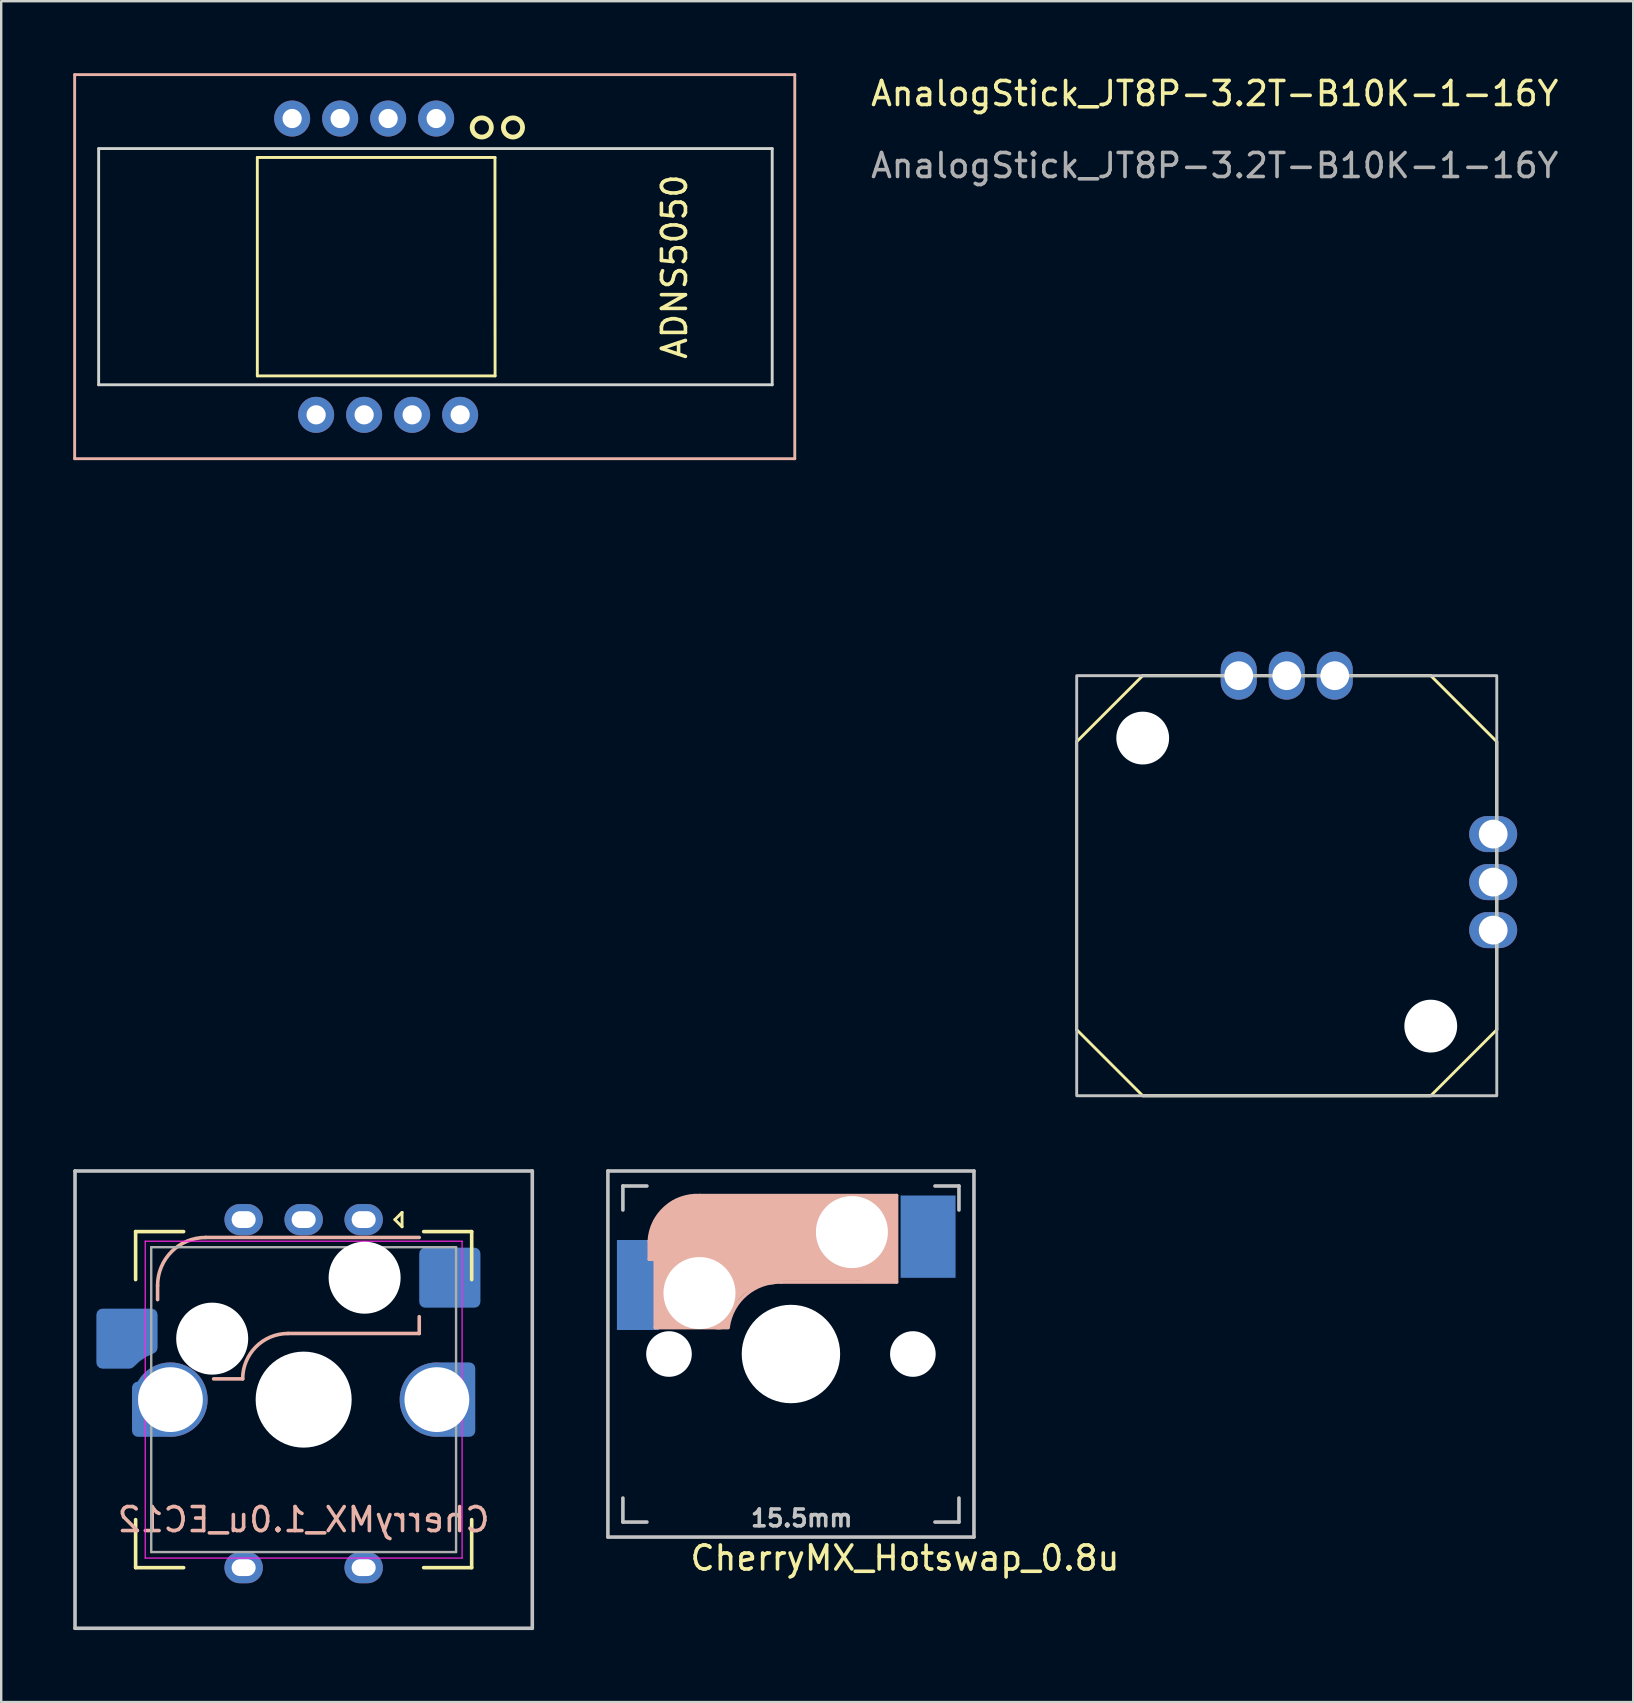
<source format=kicad_pcb>
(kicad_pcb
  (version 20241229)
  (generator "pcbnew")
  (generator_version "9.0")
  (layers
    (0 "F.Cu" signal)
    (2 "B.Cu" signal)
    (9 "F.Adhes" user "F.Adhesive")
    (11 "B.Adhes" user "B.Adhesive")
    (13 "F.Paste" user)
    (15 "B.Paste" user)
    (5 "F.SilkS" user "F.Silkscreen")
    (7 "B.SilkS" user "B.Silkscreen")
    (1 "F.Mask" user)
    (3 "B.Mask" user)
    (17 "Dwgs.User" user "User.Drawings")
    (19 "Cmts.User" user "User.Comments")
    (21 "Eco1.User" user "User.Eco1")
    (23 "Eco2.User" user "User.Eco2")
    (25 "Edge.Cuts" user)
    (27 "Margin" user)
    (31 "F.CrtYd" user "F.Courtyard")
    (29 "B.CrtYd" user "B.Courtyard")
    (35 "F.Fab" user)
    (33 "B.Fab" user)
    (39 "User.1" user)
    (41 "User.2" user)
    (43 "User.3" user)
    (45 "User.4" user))
  (footprint "CherryMX_Hotswap_0.8u"
    (layer "F.Cu")
    (at 29.9 53.358)
    (property "Reference" "CherryMX_Hotswap_0.8u" (at 4.75 8.5 0) (layer "F.SilkS") (effects (font (size 1 1) (thickness 0.15))))
    (attr through_hole)
    (fp_line (start -5.9 -4.7) (end -5.9 -3.95) (stroke (width 0.15) (type solid)) (layer "B.SilkS"))
    (fp_line (start -5.9 -3.95) (end -5.7 -3.95) (stroke (width 0.15) (type solid)) (layer "B.SilkS"))
    (fp_line (start -5.8 -4.05) (end -5.8 -4.7) (stroke (width 0.3) (type solid)) (layer "B.SilkS"))
    (fp_line (start -5.65 -5.55) (end -5.65 -1.1) (stroke (width 0.15) (type solid)) (layer "B.SilkS"))
    (fp_line (start -5.65 -1.1) (end -2.62 -1.1) (stroke (width 0.15) (type solid)) (layer "B.SilkS"))
    (fp_line (start -5.45 -1.3) (end -3 -1.3) (stroke (width 0.5) (type solid)) (layer "B.SilkS"))
    (fp_line (start -5.3 -1.6) (end -5.3 -3.4) (stroke (width 0.8) (type solid)) (layer "B.SilkS"))
    (fp_line (start -4.17 -5.1) (end -4.17 -2.86) (stroke (width 3) (type solid)) (layer "B.SilkS"))
    (fp_line (start -0.4 -3) (end 4.4 -3) (stroke (width 0.15) (type solid)) (layer "B.SilkS"))
    (fp_line (start 2.6 -4.8) (end -4.1 -4.8) (stroke (width 3.5) (type solid)) (layer "B.SilkS"))
    (fp_line (start 3.9 -6) (end 3.9 -3.5) (stroke (width 1) (type solid)) (layer "B.SilkS"))
    (fp_line (start 4.2 -3.25) (end 2.9 -3.3) (stroke (width 0.5) (type solid)) (layer "B.SilkS"))
    (fp_line (start 4.25 -6.4) (end 3 -6.4) (stroke (width 0.4) (type solid)) (layer "B.SilkS"))
    (fp_line (start 4.38 -4) (end 4.38 -6.25) (stroke (width 0.15) (type solid)) (layer "B.SilkS"))
    (fp_line (start 4.4 -6.6) (end -3.8 -6.6) (stroke (width 0.15) (type solid)) (layer "B.SilkS"))
    (fp_line (start 4.4 -3) (end 4.4 -6.6) (stroke (width 0.15) (type solid)) (layer "B.SilkS"))
    (fp_arc (start -5.9 -4.699999) (mid -5.243504 -6.084924) (end -3.800001 -6.6) (stroke (width 0.15) (type solid)) (layer "B.SilkS"))
    (fp_arc (start -3.016318 -1.521471) (mid -2.268709 -2.886118) (end -0.8 -3.4) (stroke (width 1) (type solid)) (layer "B.SilkS"))
    (fp_arc (start -2.616318 -1.121471) (mid -1.868709 -2.486118) (end -0.4 -3) (stroke (width 0.15) (type solid)) (layer "B.SilkS"))
    (fp_line (start -7.625 -7.625) (end 7.625 -7.625) (stroke (width 0.15) (type solid)) (layer "Dwgs.User"))
    (fp_line (start -7.625 7.625) (end -7.625 -7.625) (stroke (width 0.15) (type solid)) (layer "Dwgs.User"))
    (fp_line (start -7.625 7.625) (end 7.625 7.625) (stroke (width 0.15) (type solid)) (layer "Dwgs.User"))
    (fp_line (start -7 -7) (end -6 -7) (stroke (width 0.15) (type solid)) (layer "Dwgs.User"))
    (fp_line (start -7 -6) (end -7 -7) (stroke (width 0.15) (type solid)) (layer "Dwgs.User"))
    (fp_line (start -7 6) (end -7 7) (stroke (width 0.15) (type solid)) (layer "Dwgs.User"))
    (fp_line (start -7 7) (end -6 7) (stroke (width 0.15) (type solid)) (layer "Dwgs.User"))
    (fp_line (start 6 7) (end 7 7) (stroke (width 0.15) (type solid)) (layer "Dwgs.User"))
    (fp_line (start 7 -7) (end 6 -7) (stroke (width 0.15) (type solid)) (layer "Dwgs.User"))
    (fp_line (start 7 -7) (end 7 -6) (stroke (width 0.15) (type solid)) (layer "Dwgs.User"))
    (fp_line (start 7 7) (end 7 6) (stroke (width 0.15) (type solid)) (layer "Dwgs.User"))
    (fp_line (start 7.625 7.625) (end 7.625 -7.625) (stroke (width 0.15) (type solid)) (layer "Dwgs.User"))
    (fp_text user "15.5mm" (at -1.75 7.25 0) (unlocked yes) (layer "Dwgs.User") (effects (font (size 0.7 0.7) (thickness 0.15)) (justify left bottom)))
    (pad "" np_thru_hole circle (at -5.08 0) (size 1.9 1.9) (drill 1.9) (layers "*.Cu" "*.Mask"))
    (pad "" np_thru_hole circle (at -3.81 -2.54) (size 3 3) (drill 3) (layers "*.Cu" "*.Mask"))
    (pad "" np_thru_hole circle (at 0 0 90) (size 4.1 4.1) (drill 4.1) (layers "*.Cu" "*.Mask"))
    (pad "" np_thru_hole circle (at 2.54 -5.08) (size 3 3) (drill 3) (layers "*.Cu" "*.Mask"))
    (pad "" np_thru_hole circle (at 5.08 0) (size 1.9 1.9) (drill 1.9) (layers "*.Cu" "*.Mask"))
    (pad "1" smd rect (at -6.375 -2.875 180) (size 1.75 3.75) (layers "B.Cu" "B.Mask" "B.Paste"))
    (pad "2" smd rect (at 5.713 -4.889 180) (size 2.291 3.429) (layers "B.Cu" "B.Mask" "B.Paste")))
  (footprint "AnalogStick_JT8P-3.2T-B10K-1-16Y"
    (layer "F.Cu")
    (at 41.805 25.098)
    (property "Reference" "AnalogStick_JT8P-3.2T-B10K-1-16Y" (at 5.75 -24.25 0) (unlocked yes) (layer "F.SilkS") (effects (font (size 1 1) (thickness 0.15))))
    (attr smd)
    (fp_line (start 0 2.75) (end 2.75 0) (stroke (width 0.12) (type default)) (layer "F.SilkS"))
    (fp_line (start 0 14.75) (end 0 2.75) (stroke (width 0.12) (type default)) (layer "F.SilkS"))
    (fp_line (start 2.75 0) (end 14.75 0) (stroke (width 0.12) (type default)) (layer "F.SilkS"))
    (fp_line (start 2.75 0) (end 14.75 0) (stroke (width 0.12) (type default)) (layer "F.SilkS"))
    (fp_line (start 2.75 17.5) (end 0 14.75) (stroke (width 0.12) (type default)) (layer "F.SilkS"))
    (fp_line (start 2.75 17.5) (end 14.75 17.5) (stroke (width 0.12) (type default)) (layer "F.SilkS"))
    (fp_line (start 14.75 0) (end 17.5 2.75) (stroke (width 0.12) (type default)) (layer "F.SilkS"))
    (fp_line (start 14.75 17.5) (end 2.75 17.5) (stroke (width 0.12) (type default)) (layer "F.SilkS"))
    (fp_line (start 17.5 2.75) (end 17.5 14.75) (stroke (width 0.12) (type default)) (layer "F.SilkS"))
    (fp_line (start 17.5 14.75) (end 14.75 17.5) (stroke (width 0.12) (type default)) (layer "F.SilkS"))
    (fp_line (start 17.5 14.75) (end 17.5 2.75) (stroke (width 0.12) (type default)) (layer "F.SilkS"))
    (fp_rect (start 0 0) (end 17.5 17.5) (stroke (width 0.12) (type default)) (fill no) (layer "Dwgs.User"))
    (fp_text user "${REFERENCE}" (at 5.75 -21.25 0) (unlocked yes) (layer "F.Fab") (effects (font (size 1 1) (thickness 0.15))))
    (pad "" np_thru_hole circle (at 2.75 2.6 90) (size 2.2 2.2) (drill 2.2) (layers "*.Cu" "*.Mask"))
    (pad "" np_thru_hole circle (at 14.75 14.6 90) (size 2.2 2.2) (drill 2.2) (layers "*.Cu" "*.Mask"))
    (pad "1" thru_hole oval (at 6.75 0) (size 1.5 2) (drill 1.2) (layers "*.Cu" "*.Mask"))
    (pad "1'" thru_hole oval (at 17.35 6.6 90) (size 1.5 2) (drill 1.2) (layers "*.Cu" "*.Mask"))
    (pad "2" thru_hole oval (at 8.75 0) (size 1.5 2) (drill 1.2) (layers "*.Cu" "*.Mask"))
    (pad "2'" thru_hole oval (at 17.35 8.6 90) (size 1.5 2) (drill 1.2) (layers "*.Cu" "*.Mask"))
    (pad "3" thru_hole oval (at 10.75 0) (size 1.5 2) (drill 1.2) (layers "*.Cu" "*.Mask"))
    (pad "3'" thru_hole oval (at 17.35 10.6 90) (size 1.5 2) (drill 1.2) (layers "*.Cu" "*.Mask")))
  (footprint "ADNS5050"
    (layer "F.Cu")
    (at 13.12 8.06)
    (property "Reference" "ADNS5050" (at 11.93 0 270) (layer "F.SilkS") (effects (font (size 1 1) (thickness 0.15))))
    (attr through_hole)
    (fp_line (start -5.45 -4.55) (end -5.45 4.55) (stroke (width 0.12) (type solid)) (layer "F.SilkS"))
    (fp_line (start 4.45 -4.55) (end 4.455 4.55) (stroke (width 0.12) (type solid)) (layer "F.SilkS"))
    (fp_line (start 4.455 -4.55) (end -5.45 -4.55) (stroke (width 0.12) (type solid)) (layer "F.SilkS"))
    (fp_line (start 4.455 4.55) (end -5.45 4.55) (stroke (width 0.12) (type solid)) (layer "F.SilkS"))
    (fp_circle (center 3.9 -5.8) (end 3.5 -5.8) (stroke (width 0.2) (type solid)) (fill no) (layer "F.SilkS"))
    (fp_circle (center 5.2 -5.8) (end 4.8 -5.8) (stroke (width 0.2) (type solid)) (fill no) (layer "F.SilkS"))
    (fp_line (start -13.06 -8) (end -13.06 8) (stroke (width 0.12) (type solid)) (layer "B.SilkS"))
    (fp_line (start 16.94 -8) (end -13.06 -8) (stroke (width 0.12) (type solid)) (layer "B.SilkS"))
    (fp_line (start 16.94 -8) (end 16.94 8) (stroke (width 0.12) (type solid)) (layer "B.SilkS"))
    (fp_line (start 16.94 8) (end -13.06 8) (stroke (width 0.12) (type solid)) (layer "B.SilkS"))
    (fp_line (start -12.06 -4.92) (end -12.06 4.92) (stroke (width 0.12) (type solid)) (layer "Edge.Cuts"))
    (fp_line (start 16 -4.92) (end -12.06 -4.92) (stroke (width 0.12) (type solid)) (layer "Edge.Cuts"))
    (fp_line (start 16 -4.92) (end 16 4.92) (stroke (width 0.12) (type solid)) (layer "Edge.Cuts"))
    (fp_line (start 16 4.92) (end -12.06 4.92) (stroke (width 0.12) (type solid)) (layer "Edge.Cuts"))
    (pad "1" thru_hole circle (at 2 -6.172 180) (size 1.5 1.5) (drill 0.8) (layers "*.Cu" "*.Mask"))
    (pad "2" thru_hole circle (at 0 -6.172 180) (size 1.5 1.5) (drill 0.8) (layers "*.Cu" "*.Mask"))
    (pad "3" thru_hole circle (at -2 -6.172 180) (size 1.5 1.5) (drill 0.8) (layers "*.Cu" "*.Mask"))
    (pad "4" thru_hole circle (at -4 -6.172 180) (size 1.5 1.5) (drill 0.8) (layers "*.Cu" "*.Mask"))
    (pad "5" thru_hole circle (at -3 6.172 180) (size 1.5 1.5) (drill 0.8) (layers "*.Cu" "*.Mask"))
    (pad "6" thru_hole circle (at -1 6.172 180) (size 1.5 1.5) (drill 0.8) (layers "*.Cu" "*.Mask"))
    (pad "7" thru_hole circle (at 1 6.172 180) (size 1.5 1.5) (drill 0.8) (layers "*.Cu" "*.Mask"))
    (pad "8" thru_hole circle (at 3 6.172 180) (size 1.5 1.5) (drill 0.8) (layers "*.Cu" "*.Mask")))
  (footprint "CherryMX_1.0u_EC12"
    (layer "F.Cu")
    (at 9.6 55.258)
    (property "Reference" "CherryMX_1.0u_EC12" (at 0 5 0) (layer "B.SilkS") (effects (font (size 1 1) (thickness 0.15)) (justify mirror)))
    (attr through_hole)
    (fp_line (start -7 -7) (end -7 -5) (stroke (width 0.15) (type solid)) (layer "F.SilkS"))
    (fp_line (start -7 5) (end -7 7) (stroke (width 0.15) (type solid)) (layer "F.SilkS"))
    (fp_line (start -7 7) (end -5 7) (stroke (width 0.15) (type solid)) (layer "F.SilkS"))
    (fp_line (start -5 -7) (end -7 -7) (stroke (width 0.15) (type solid)) (layer "F.SilkS"))
    (fp_line (start 3.8 -7.5) (end 4.1 -7.8) (stroke (width 0.12) (type solid)) (layer "F.SilkS"))
    (fp_line (start 4.1 -7.8) (end 4.1 -7.2) (stroke (width 0.12) (type solid)) (layer "F.SilkS"))
    (fp_line (start 4.1 -7.2) (end 3.8 -7.5) (stroke (width 0.12) (type solid)) (layer "F.SilkS"))
    (fp_line (start 5 7) (end 7 7) (stroke (width 0.15) (type solid)) (layer "F.SilkS"))
    (fp_line (start 7 -7) (end 5 -7) (stroke (width 0.15) (type solid)) (layer "F.SilkS"))
    (fp_line (start 7 -5) (end 7 -7) (stroke (width 0.15) (type solid)) (layer "F.SilkS"))
    (fp_line (start 7 7) (end 7 5) (stroke (width 0.15) (type solid)) (layer "F.SilkS"))
    (fp_line (start -6.085 -4.165) (end -6.085 -4.755) (stroke (width 0.15) (type solid)) (layer "B.SilkS"))
    (fp_line (start -4.085 -6.755) (end 4.815 -6.755) (stroke (width 0.15) (type solid)) (layer "B.SilkS"))
    (fp_line (start -2.54 -0.865) (end -3.75 -0.865) (stroke (width 0.15) (type solid)) (layer "B.SilkS"))
    (fp_line (start -0.65 -2.755) (end 4.815 -2.755) (stroke (width 0.15) (type solid)) (layer "B.SilkS"))
    (fp_line (start 4.815 -2.755) (end 4.815 -3.455) (stroke (width 0.15) (type solid)) (layer "B.SilkS"))
    (fp_arc (start -6.085 -4.755) (mid -5.499214 -6.169214) (end -4.085 -6.755) (stroke (width 0.15) (type solid)) (layer "B.SilkS"))
    (fp_arc (start -2.54 -0.865) (mid -1.986432 -2.201432) (end -0.65 -2.755) (stroke (width 0.15) (type solid)) (layer "B.SilkS"))
    (fp_line (start -9.525 -9.525) (end 9.525 -9.525) (stroke (width 0.15) (type solid)) (layer "Dwgs.User"))
    (fp_line (start -9.525 9.525) (end -9.525 -9.525) (stroke (width 0.15) (type solid)) (layer "Dwgs.User"))
    (fp_line (start 9.525 -9.525) (end 9.525 9.525) (stroke (width 0.15) (type solid)) (layer "Dwgs.User"))
    (fp_line (start 9.525 9.525) (end -9.525 9.525) (stroke (width 0.15) (type solid)) (layer "Dwgs.User"))
    (fp_line (start -6.6 -6.6) (end 6.6 -6.6) (stroke (width 0.05) (type solid)) (layer "F.CrtYd"))
    (fp_line (start -6.6 6.6) (end -6.6 -6.6) (stroke (width 0.05) (type solid)) (layer "F.CrtYd"))
    (fp_line (start 6.6 -6.6) (end 6.6 6.6) (stroke (width 0.05) (type solid)) (layer "F.CrtYd"))
    (fp_line (start 6.6 6.6) (end -6.6 6.6) (stroke (width 0.05) (type solid)) (layer "F.CrtYd"))
    (fp_line (start -6.35 -6.35) (end 6.35 -6.35) (stroke (width 0.1) (type solid)) (layer "F.Fab"))
    (fp_line (start -6.35 6.35) (end -6.35 -6.35) (stroke (width 0.1) (type solid)) (layer "F.Fab"))
    (fp_line (start 6.35 -6.35) (end 6.35 6.35) (stroke (width 0.1) (type solid)) (layer "F.Fab"))
    (fp_line (start 6.35 6.35) (end -6.35 6.35) (stroke (width 0.1) (type solid)) (layer "F.Fab"))
    (pad "" np_thru_hole circle (at -3.81 -2.54) (size 3 3) (drill 3) (layers "*.Cu" "*.Mask"))
    (pad "" np_thru_hole circle (at 0 0 180) (size 4 4) (drill 4) (layers "*.Cu" "*.Mask"))
    (pad "" np_thru_hole circle (at 2.54 -5.08) (size 3 3) (drill 3) (layers "*.Cu" "*.Mask"))
    (pad "A" thru_hole oval (at 2.5 -7.5) (size 1.6 1.3) (drill oval 1 0.7) (layers "*.Cu" "*.Mask"))
    (pad "B" thru_hole oval (at -2.5 -7.5) (size 1.6 1.3) (drill oval 1 0.7) (layers "*.Cu" "*.Mask"))
    (pad "C" thru_hole oval (at 0 -7.5) (size 1.6 1.3) (drill oval 1 0.7) (layers "*.Cu" "*.Mask"))
    (pad "MP" smd roundrect (at -6.35 0.4) (size 1.6 2.3) (layers "B.Cu" "B.Mask") (roundrect_rratio 0.156))
    (pad "MP" thru_hole circle (at -5.55 0 270) (size 3.1 3.1) (drill 2.7) (layers "*.Cu" "*.Mask"))
    (pad "MP" thru_hole circle (at 5.55 0 270) (size 3.1 3.1) (drill 2.7) (layers "*.Cu" "*.Mask"))
    (pad "MP" smd roundrect (at 6.35 0) (size 1.6 3.1) (layers "B.Cu" "B.Mask") (roundrect_rratio 0.156))
    (pad "S1" thru_hole oval (at 2.5 7) (size 1.6 1.3) (drill oval 1 0.7) (layers "*.Cu" "*.Mask"))
    (pad "S1" smd roundrect (at 6.09 -5.08) (size 2.55 2.5) (layers "B.Cu" "B.Mask" "B.Paste") (roundrect_rratio 0.1))
    (pad "S2" smd custom (at -7.36 -2.54) (size 2 2) (layers "B.Cu" "B.Mask" "B.Paste") (options (anchor circle)) (primitives (gr_poly (pts (xy 1.11 0.613) (xy 0.807 0.752) (xy 0.53 0.939) (xy 0.287 1.167) (xy 0.203 1.228) (xy 0.102 1.25) (xy -1.025 1.25) (xy -1.15 1.217) (xy -1.242 1.125) (xy -1.275 1) (xy -1.275 -1) (xy -1.242 -1.125) (xy -1.15 -1.217) (xy -1.025 -1.25) (xy 1.025 -1.25) (xy 1.15 -1.217) (xy 1.242 -1.125) (xy 1.275 -1) (xy 1.275 0.378) (xy 1.255 0.477) (xy 1.196 0.56)) (width 0) (fill yes))))
    (pad "S2" thru_hole oval (at -2.5 7) (size 1.6 1.3) (drill oval 1 0.7) (layers "*.Cu" "*.Mask")))
  (gr_rect
    (start -3 -3)
    (end 64.989 67.858)
    (stroke (width 0.1) (type default))
    (fill no)
    (layer "Edge.Cuts")))
</source>
